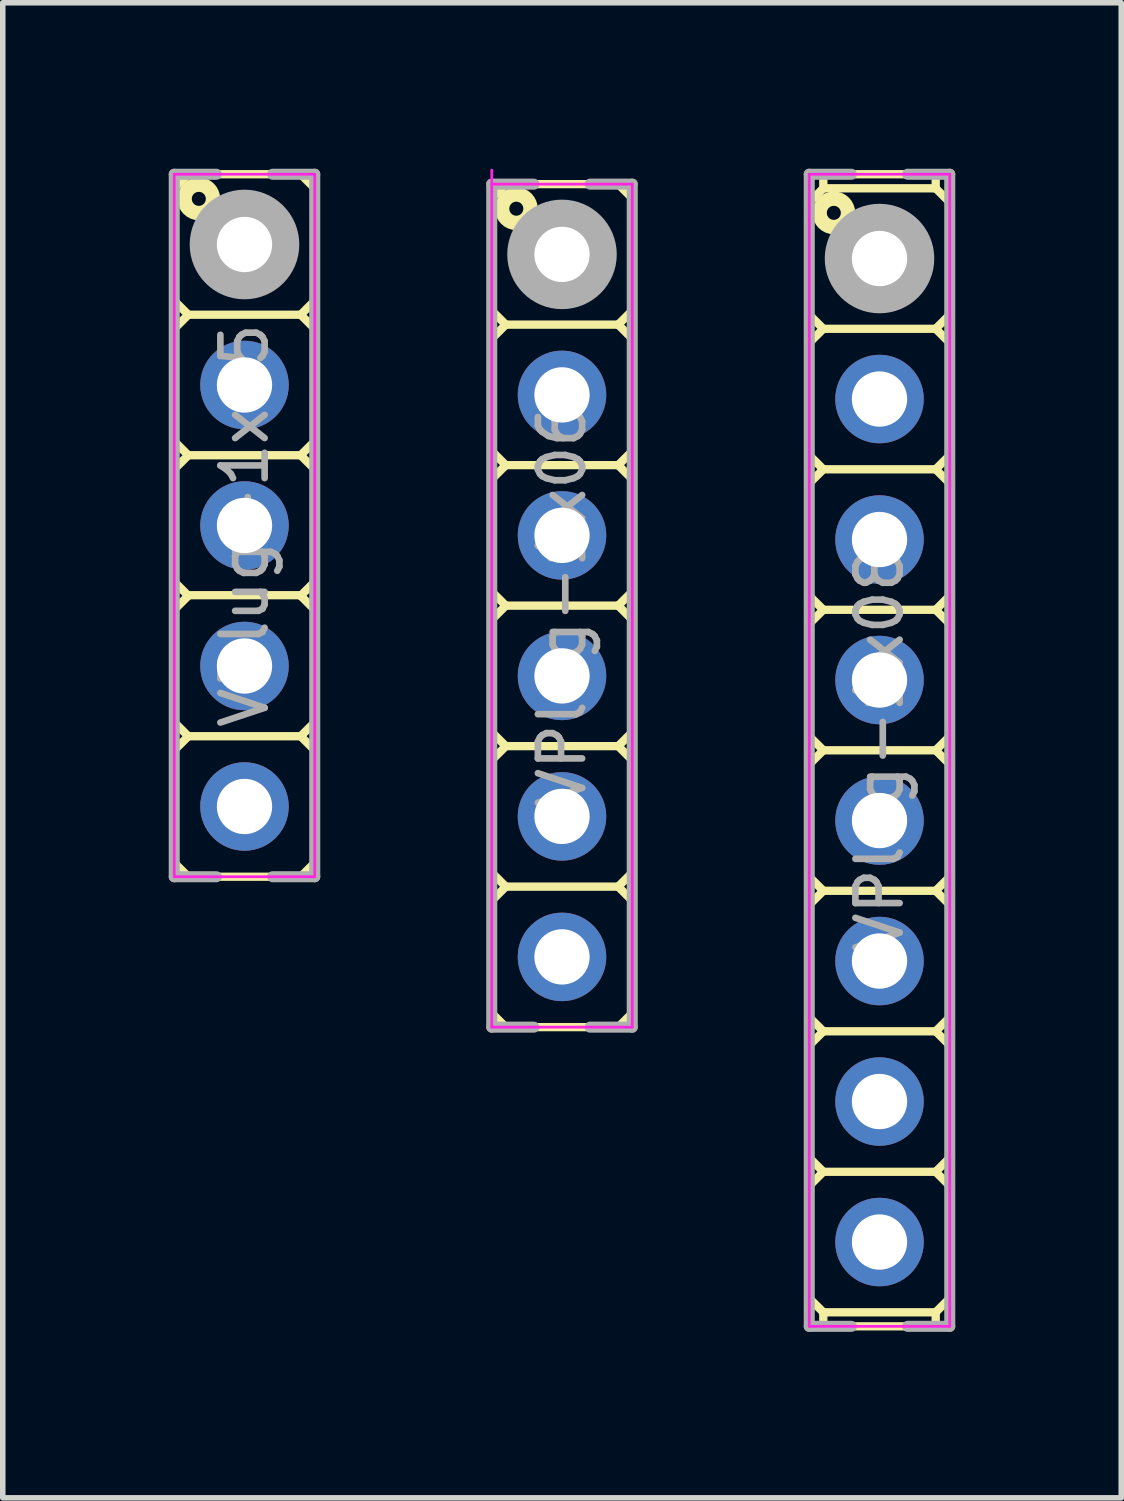
<source format=kicad_pcb>
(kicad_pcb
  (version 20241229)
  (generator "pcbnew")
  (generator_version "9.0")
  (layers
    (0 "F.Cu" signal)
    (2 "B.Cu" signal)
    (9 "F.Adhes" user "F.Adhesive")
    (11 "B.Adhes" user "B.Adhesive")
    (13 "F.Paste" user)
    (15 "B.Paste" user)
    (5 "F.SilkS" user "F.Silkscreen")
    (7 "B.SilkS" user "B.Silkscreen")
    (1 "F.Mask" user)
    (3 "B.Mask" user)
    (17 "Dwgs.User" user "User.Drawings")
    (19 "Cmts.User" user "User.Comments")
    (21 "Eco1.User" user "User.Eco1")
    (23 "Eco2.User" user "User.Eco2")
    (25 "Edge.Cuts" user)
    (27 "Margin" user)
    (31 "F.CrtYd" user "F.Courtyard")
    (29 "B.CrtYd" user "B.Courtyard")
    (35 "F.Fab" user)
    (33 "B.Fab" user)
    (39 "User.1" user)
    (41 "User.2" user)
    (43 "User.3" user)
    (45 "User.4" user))
  (footprint "VPlug-1x08"
    (layer "F.Cu")
    (at 12.85 10.514)
    (property "Reference" "VPlug-1x08" (at 0 0 270) (layer "F.Fab") (effects (font (size 0.8 0.8) (thickness 0.12))))
    (attr through_hole)
    (fp_line (start -1.27 -9.906) (end -1.27 -7.874) (stroke (width 0.15) (type solid)) (layer "F.SilkS"))
    (fp_line (start -1.27 -9.906) (end -1.016 -10.16) (stroke (width 0.15) (type solid)) (layer "F.SilkS"))
    (fp_line (start -1.27 -7.874) (end -1.016 -7.62) (stroke (width 0.15) (type solid)) (layer "F.SilkS"))
    (fp_line (start -1.27 -7.366) (end -1.27 -5.334) (stroke (width 0.15) (type solid)) (layer "F.SilkS"))
    (fp_line (start -1.27 -5.334) (end -1.016 -5.08) (stroke (width 0.15) (type solid)) (layer "F.SilkS"))
    (fp_line (start -1.27 -4.826) (end -1.27 -2.794) (stroke (width 0.15) (type solid)) (layer "F.SilkS"))
    (fp_line (start -1.27 -2.794) (end -1.016 -2.54) (stroke (width 0.15) (type solid)) (layer "F.SilkS"))
    (fp_line (start -1.27 -2.286) (end -1.27 -0.254) (stroke (width 0.15) (type solid)) (layer "F.SilkS"))
    (fp_line (start -1.27 -0.254) (end -1.016 0) (stroke (width 0.15) (type solid)) (layer "F.SilkS"))
    (fp_line (start -1.27 0.254) (end -1.27 2.286) (stroke (width 0.15) (type solid)) (layer "F.SilkS"))
    (fp_line (start -1.27 2.286) (end -1.016 2.54) (stroke (width 0.15) (type solid)) (layer "F.SilkS"))
    (fp_line (start -1.27 2.794) (end -1.27 4.826) (stroke (width 0.15) (type solid)) (layer "F.SilkS"))
    (fp_line (start -1.27 4.826) (end -1.016 5.08) (stroke (width 0.15) (type solid)) (layer "F.SilkS"))
    (fp_line (start -1.27 5.334) (end -1.27 7.366) (stroke (width 0.15) (type solid)) (layer "F.SilkS"))
    (fp_line (start -1.27 7.366) (end -1.016 7.62) (stroke (width 0.15) (type solid)) (layer "F.SilkS"))
    (fp_line (start -1.27 7.874) (end -1.27 9.906) (stroke (width 0.15) (type solid)) (layer "F.SilkS"))
    (fp_line (start -1.27 9.906) (end -1.016 10.16) (stroke (width 0.15) (type solid)) (layer "F.SilkS"))
    (fp_line (start -1.016 -10.414) (end 1.016 -10.414) (stroke (width 0.15) (type solid)) (layer "F.SilkS"))
    (fp_line (start -1.016 -10.16) (end -1.016 -10.414) (stroke (width 0.15) (type solid)) (layer "F.SilkS"))
    (fp_line (start -1.016 -10.16) (end 1.016 -10.16) (stroke (width 0.15) (type solid)) (layer "F.SilkS"))
    (fp_line (start -1.016 -7.62) (end -1.27 -7.366) (stroke (width 0.15) (type solid)) (layer "F.SilkS"))
    (fp_line (start -1.016 -5.08) (end -1.27 -4.826) (stroke (width 0.15) (type solid)) (layer "F.SilkS"))
    (fp_line (start -1.016 -5.08) (end 1.016 -5.08) (stroke (width 0.15) (type solid)) (layer "F.SilkS"))
    (fp_line (start -1.016 -2.54) (end -1.27 -2.286) (stroke (width 0.15) (type solid)) (layer "F.SilkS"))
    (fp_line (start -1.016 0) (end -1.27 0.254) (stroke (width 0.15) (type solid)) (layer "F.SilkS"))
    (fp_line (start -1.016 2.54) (end -1.27 2.794) (stroke (width 0.15) (type solid)) (layer "F.SilkS"))
    (fp_line (start -1.016 5.08) (end -1.27 5.334) (stroke (width 0.15) (type solid)) (layer "F.SilkS"))
    (fp_line (start -1.016 7.62) (end -1.27 7.874) (stroke (width 0.15) (type solid)) (layer "F.SilkS"))
    (fp_line (start -1.016 10.16) (end -1.016 10.414) (stroke (width 0.15) (type solid)) (layer "F.SilkS"))
    (fp_line (start -1.016 10.16) (end 1.016 10.16) (stroke (width 0.15) (type solid)) (layer "F.SilkS"))
    (fp_line (start -1.016 10.414) (end 1.016 10.414) (stroke (width 0.15) (type solid)) (layer "F.SilkS"))
    (fp_line (start 1.016 -10.414) (end 1.016 -10.16) (stroke (width 0.15) (type solid)) (layer "F.SilkS"))
    (fp_line (start 1.016 -10.16) (end 1.27 -9.906) (stroke (width 0.15) (type solid)) (layer "F.SilkS"))
    (fp_line (start 1.016 -7.62) (end -1.016 -7.62) (stroke (width 0.15) (type solid)) (layer "F.SilkS"))
    (fp_line (start 1.016 -5.08) (end 1.27 -5.334) (stroke (width 0.15) (type solid)) (layer "F.SilkS"))
    (fp_line (start 1.016 -2.54) (end -1.016 -2.54) (stroke (width 0.15) (type solid)) (layer "F.SilkS"))
    (fp_line (start 1.016 -2.54) (end 1.27 -2.794) (stroke (width 0.15) (type solid)) (layer "F.SilkS"))
    (fp_line (start 1.016 0) (end -1.016 0) (stroke (width 0.15) (type solid)) (layer "F.SilkS"))
    (fp_line (start 1.016 0) (end 1.27 -0.254) (stroke (width 0.15) (type solid)) (layer "F.SilkS"))
    (fp_line (start 1.016 2.54) (end -1.016 2.54) (stroke (width 0.15) (type solid)) (layer "F.SilkS"))
    (fp_line (start 1.016 2.54) (end 1.27 2.286) (stroke (width 0.15) (type solid)) (layer "F.SilkS"))
    (fp_line (start 1.016 5.08) (end -1.016 5.08) (stroke (width 0.15) (type solid)) (layer "F.SilkS"))
    (fp_line (start 1.016 5.08) (end 1.27 4.826) (stroke (width 0.15) (type solid)) (layer "F.SilkS"))
    (fp_line (start 1.016 7.62) (end -1.016 7.62) (stroke (width 0.15) (type solid)) (layer "F.SilkS"))
    (fp_line (start 1.016 7.62) (end 1.27 7.366) (stroke (width 0.15) (type solid)) (layer "F.SilkS"))
    (fp_line (start 1.016 10.16) (end 1.27 9.906) (stroke (width 0.15) (type solid)) (layer "F.SilkS"))
    (fp_line (start 1.016 10.414) (end 1.016 10.16) (stroke (width 0.15) (type solid)) (layer "F.SilkS"))
    (fp_line (start 1.27 -9.906) (end 1.27 -7.874) (stroke (width 0.15) (type solid)) (layer "F.SilkS"))
    (fp_line (start 1.27 -7.874) (end 1.016 -7.62) (stroke (width 0.15) (type solid)) (layer "F.SilkS"))
    (fp_line (start 1.27 -7.366) (end 1.016 -7.62) (stroke (width 0.15) (type solid)) (layer "F.SilkS"))
    (fp_line (start 1.27 -5.334) (end 1.27 -7.366) (stroke (width 0.15) (type solid)) (layer "F.SilkS"))
    (fp_line (start 1.27 -4.826) (end 1.016 -5.08) (stroke (width 0.15) (type solid)) (layer "F.SilkS"))
    (fp_line (start 1.27 -2.794) (end 1.27 -4.826) (stroke (width 0.15) (type solid)) (layer "F.SilkS"))
    (fp_line (start 1.27 -2.286) (end 1.016 -2.54) (stroke (width 0.15) (type solid)) (layer "F.SilkS"))
    (fp_line (start 1.27 -0.254) (end 1.27 -2.286) (stroke (width 0.15) (type solid)) (layer "F.SilkS"))
    (fp_line (start 1.27 0.254) (end 1.016 0) (stroke (width 0.15) (type solid)) (layer "F.SilkS"))
    (fp_line (start 1.27 2.286) (end 1.27 0.254) (stroke (width 0.15) (type solid)) (layer "F.SilkS"))
    (fp_line (start 1.27 2.794) (end 1.016 2.54) (stroke (width 0.15) (type solid)) (layer "F.SilkS"))
    (fp_line (start 1.27 4.826) (end 1.27 2.794) (stroke (width 0.15) (type solid)) (layer "F.SilkS"))
    (fp_line (start 1.27 5.334) (end 1.016 5.08) (stroke (width 0.15) (type solid)) (layer "F.SilkS"))
    (fp_line (start 1.27 7.366) (end 1.27 5.334) (stroke (width 0.15) (type solid)) (layer "F.SilkS"))
    (fp_line (start 1.27 7.874) (end 1.016 7.62) (stroke (width 0.15) (type solid)) (layer "F.SilkS"))
    (fp_line (start 1.27 9.906) (end 1.27 7.874) (stroke (width 0.15) (type solid)) (layer "F.SilkS"))
    (fp_circle (center -0.826 -9.716) (end -0.699 -9.716) (stroke (width 0.26) (type solid)) (fill no) (layer "F.SilkS"))
    (fp_line (start -1.27 -10.414) (end 1.27 -10.414) (stroke (width 0.05) (type solid)) (layer "F.CrtYd"))
    (fp_line (start -1.27 10.414) (end -1.27 -10.414) (stroke (width 0.05) (type solid)) (layer "F.CrtYd"))
    (fp_line (start 1.27 -10.414) (end 1.27 10.414) (stroke (width 0.05) (type solid)) (layer "F.CrtYd"))
    (fp_line (start 1.27 10.414) (end -1.27 10.414) (stroke (width 0.05) (type solid)) (layer "F.CrtYd"))
    (fp_line (start -1.27 -10.414) (end -1.27 10.414) (stroke (width 0.2) (type solid)) (layer "F.Fab"))
    (fp_line (start -0.508 -10.414) (end -1.27 -10.414) (stroke (width 0.2) (type solid)) (layer "F.Fab"))
    (fp_line (start -0.508 10.414) (end -1.27 10.414) (stroke (width 0.2) (type solid)) (layer "F.Fab"))
    (fp_line (start 1.27 -10.414) (end 0.508 -10.414) (stroke (width 0.2) (type solid)) (layer "F.Fab"))
    (fp_line (start 1.27 10.414) (end 0.508 10.414) (stroke (width 0.2) (type solid)) (layer "F.Fab"))
    (fp_line (start 1.27 10.414) (end 1.27 -10.414) (stroke (width 0.2) (type solid)) (layer "F.Fab"))
    (fp_circle (center 0 -8.89) (end 0 -8.7) (stroke (width 0.8) (type solid)) (fill no) (layer "F.Fab"))
    (pad "1" thru_hole circle (at 0 -8.89) (size 1.6 1.6) (drill 1) (layers "*.Cu" "*.Mask"))
    (pad "2" thru_hole circle (at 0 -6.35) (size 1.6 1.6) (drill 1) (layers "*.Cu" "*.Mask"))
    (pad "3" thru_hole circle (at 0 -3.81) (size 1.6 1.6) (drill 1) (layers "*.Cu" "*.Mask"))
    (pad "4" thru_hole circle (at 0 -1.27) (size 1.6 1.6) (drill 1) (layers "*.Cu" "*.Mask"))
    (pad "5" thru_hole circle (at 0 1.27) (size 1.6 1.6) (drill 1) (layers "*.Cu" "*.Mask"))
    (pad "6" thru_hole circle (at 0 3.81) (size 1.6 1.6) (drill 1) (layers "*.Cu" "*.Mask"))
    (pad "7" thru_hole circle (at 0 6.35) (size 1.6 1.6) (drill 1) (layers "*.Cu" "*.Mask"))
    (pad "8" thru_hole circle (at 0 8.89) (size 1.6 1.6) (drill 1) (layers "*.Cu" "*.Mask")))
  (footprint "VPlug-1x05"
    (layer "F.Cu")
    (at 1.37 6.45)
    (property "Reference" "VPlug-1x05" (at 0 0 270) (layer "F.Fab") (effects (font (size 0.8 0.8) (thickness 0.12))))
    (attr through_hole)
    (fp_line (start -1.27 -6.096) (end -1.27 -4.064) (stroke (width 0.15) (type solid)) (layer "F.SilkS"))
    (fp_line (start -1.27 -6.096) (end -1.016 -6.35) (stroke (width 0.15) (type solid)) (layer "F.SilkS"))
    (fp_line (start -1.27 -4.064) (end -1.016 -3.81) (stroke (width 0.15) (type solid)) (layer "F.SilkS"))
    (fp_line (start -1.27 -3.556) (end -1.27 -1.524) (stroke (width 0.15) (type solid)) (layer "F.SilkS"))
    (fp_line (start -1.27 -1.524) (end -1.016 -1.27) (stroke (width 0.15) (type solid)) (layer "F.SilkS"))
    (fp_line (start -1.27 -1.016) (end -1.27 1.016) (stroke (width 0.15) (type solid)) (layer "F.SilkS"))
    (fp_line (start -1.27 1.016) (end -1.016 1.27) (stroke (width 0.15) (type solid)) (layer "F.SilkS"))
    (fp_line (start -1.27 1.524) (end -1.27 3.556) (stroke (width 0.15) (type solid)) (layer "F.SilkS"))
    (fp_line (start -1.27 3.556) (end -1.016 3.81) (stroke (width 0.15) (type solid)) (layer "F.SilkS"))
    (fp_line (start -1.27 4.064) (end -1.27 6.096) (stroke (width 0.15) (type solid)) (layer "F.SilkS"))
    (fp_line (start -1.27 6.096) (end -1.016 6.35) (stroke (width 0.15) (type solid)) (layer "F.SilkS"))
    (fp_line (start -1.016 -6.35) (end 1.016 -6.35) (stroke (width 0.15) (type solid)) (layer "F.SilkS"))
    (fp_line (start -1.016 -3.81) (end -1.27 -3.556) (stroke (width 0.15) (type solid)) (layer "F.SilkS"))
    (fp_line (start -1.016 -1.27) (end -1.27 -1.016) (stroke (width 0.15) (type solid)) (layer "F.SilkS"))
    (fp_line (start -1.016 -1.27) (end 1.016 -1.27) (stroke (width 0.15) (type solid)) (layer "F.SilkS"))
    (fp_line (start -1.016 1.27) (end -1.27 1.524) (stroke (width 0.15) (type solid)) (layer "F.SilkS"))
    (fp_line (start -1.016 3.81) (end -1.27 4.064) (stroke (width 0.15) (type solid)) (layer "F.SilkS"))
    (fp_line (start 1.016 -6.35) (end 1.27 -6.096) (stroke (width 0.15) (type solid)) (layer "F.SilkS"))
    (fp_line (start 1.016 -3.81) (end -1.016 -3.81) (stroke (width 0.15) (type solid)) (layer "F.SilkS"))
    (fp_line (start 1.016 -1.27) (end 1.27 -1.524) (stroke (width 0.15) (type solid)) (layer "F.SilkS"))
    (fp_line (start 1.016 1.26) (end -1.016 1.26) (stroke (width 0.15) (type solid)) (layer "F.SilkS"))
    (fp_line (start 1.016 1.27) (end 1.27 1.016) (stroke (width 0.15) (type solid)) (layer "F.SilkS"))
    (fp_line (start 1.016 3.81) (end -1.016 3.81) (stroke (width 0.15) (type solid)) (layer "F.SilkS"))
    (fp_line (start 1.016 3.81) (end 1.27 3.556) (stroke (width 0.15) (type solid)) (layer "F.SilkS"))
    (fp_line (start 1.016 6.35) (end -1.016 6.35) (stroke (width 0.15) (type solid)) (layer "F.SilkS"))
    (fp_line (start 1.016 6.35) (end 1.27 6.096) (stroke (width 0.15) (type solid)) (layer "F.SilkS"))
    (fp_line (start 1.27 -6.096) (end 1.27 -4.064) (stroke (width 0.15) (type solid)) (layer "F.SilkS"))
    (fp_line (start 1.27 -4.064) (end 1.016 -3.81) (stroke (width 0.15) (type solid)) (layer "F.SilkS"))
    (fp_line (start 1.27 -3.556) (end 1.016 -3.81) (stroke (width 0.15) (type solid)) (layer "F.SilkS"))
    (fp_line (start 1.27 -1.524) (end 1.27 -3.556) (stroke (width 0.15) (type solid)) (layer "F.SilkS"))
    (fp_line (start 1.27 -1.016) (end 1.016 -1.27) (stroke (width 0.15) (type solid)) (layer "F.SilkS"))
    (fp_line (start 1.27 1.016) (end 1.27 -1.016) (stroke (width 0.15) (type solid)) (layer "F.SilkS"))
    (fp_line (start 1.27 1.524) (end 1.016 1.27) (stroke (width 0.15) (type solid)) (layer "F.SilkS"))
    (fp_line (start 1.27 3.556) (end 1.27 1.524) (stroke (width 0.15) (type solid)) (layer "F.SilkS"))
    (fp_line (start 1.27 4.064) (end 1.016 3.81) (stroke (width 0.15) (type solid)) (layer "F.SilkS"))
    (fp_line (start 1.27 6.096) (end 1.27 4.064) (stroke (width 0.15) (type solid)) (layer "F.SilkS"))
    (fp_circle (center -0.826 -5.905) (end -0.699 -5.905) (stroke (width 0.26) (type solid)) (fill no) (layer "F.SilkS"))
    (fp_line (start -1.27 -6.35) (end 1.27 -6.35) (stroke (width 0.05) (type solid)) (layer "F.CrtYd"))
    (fp_line (start -1.27 6.35) (end -1.27 -6.35) (stroke (width 0.05) (type solid)) (layer "F.CrtYd"))
    (fp_line (start 1.27 -6.35) (end 1.27 6.35) (stroke (width 0.05) (type solid)) (layer "F.CrtYd"))
    (fp_line (start 1.27 6.35) (end -1.27 6.35) (stroke (width 0.05) (type solid)) (layer "F.CrtYd"))
    (fp_line (start -1.27 -6.35) (end -1.27 6.35) (stroke (width 0.2) (type solid)) (layer "F.Fab"))
    (fp_line (start -0.508 -6.35) (end -1.27 -6.35) (stroke (width 0.2) (type solid)) (layer "F.Fab"))
    (fp_line (start -0.508 6.35) (end -1.27 6.35) (stroke (width 0.2) (type solid)) (layer "F.Fab"))
    (fp_line (start 1.27 -6.35) (end 0.508 -6.35) (stroke (width 0.2) (type solid)) (layer "F.Fab"))
    (fp_line (start 1.27 6.35) (end 0.508 6.35) (stroke (width 0.2) (type solid)) (layer "F.Fab"))
    (fp_line (start 1.27 6.35) (end 1.27 -6.35) (stroke (width 0.2) (type solid)) (layer "F.Fab"))
    (fp_circle (center 0 -5.08) (end 0 -4.889) (stroke (width 0.8) (type solid)) (fill no) (layer "F.Fab"))
    (pad "1" thru_hole circle (at 0 -5.08) (size 1.6 1.6) (drill 1) (layers "*.Cu" "*.Mask"))
    (pad "2" thru_hole circle (at 0 -2.54) (size 1.6 1.6) (drill 1) (layers "*.Cu" "*.Mask"))
    (pad "3" thru_hole circle (at 0 0) (size 1.6 1.6) (drill 1) (layers "*.Cu" "*.Mask"))
    (pad "4" thru_hole circle (at 0 2.54) (size 1.6 1.6) (drill 1) (layers "*.Cu" "*.Mask"))
    (pad "5" thru_hole circle (at 0 5.08) (size 1.6 1.6) (drill 1) (layers "*.Cu" "*.Mask")))
  (footprint "VPlug-1x06"
    (layer "F.Cu")
    (at 7.11 7.899)
    (property "Reference" "VPlug-1x06" (at 0 0 270) (layer "F.Fab") (effects (font (size 0.8 0.8) (thickness 0.12))))
    (attr through_hole)
    (fp_line (start -1.27 -7.366) (end -1.27 -5.334) (stroke (width 0.15) (type solid)) (layer "F.SilkS"))
    (fp_line (start -1.27 -7.366) (end -1.016 -7.62) (stroke (width 0.15) (type solid)) (layer "F.SilkS"))
    (fp_line (start -1.27 -5.334) (end -1.016 -5.08) (stroke (width 0.15) (type solid)) (layer "F.SilkS"))
    (fp_line (start -1.27 -4.826) (end -1.27 -2.794) (stroke (width 0.15) (type solid)) (layer "F.SilkS"))
    (fp_line (start -1.27 -2.794) (end -1.016 -2.54) (stroke (width 0.15) (type solid)) (layer "F.SilkS"))
    (fp_line (start -1.27 -2.286) (end -1.27 -0.254) (stroke (width 0.15) (type solid)) (layer "F.SilkS"))
    (fp_line (start -1.27 -0.254) (end -1.016 0) (stroke (width 0.15) (type solid)) (layer "F.SilkS"))
    (fp_line (start -1.27 0.254) (end -1.27 2.286) (stroke (width 0.15) (type solid)) (layer "F.SilkS"))
    (fp_line (start -1.27 2.286) (end -1.016 2.54) (stroke (width 0.15) (type solid)) (layer "F.SilkS"))
    (fp_line (start -1.27 2.794) (end -1.27 4.826) (stroke (width 0.15) (type solid)) (layer "F.SilkS"))
    (fp_line (start -1.27 4.826) (end -1.016 5.08) (stroke (width 0.15) (type solid)) (layer "F.SilkS"))
    (fp_line (start -1.27 5.334) (end -1.27 7.366) (stroke (width 0.15) (type solid)) (layer "F.SilkS"))
    (fp_line (start -1.27 7.366) (end -1.016 7.62) (stroke (width 0.15) (type solid)) (layer "F.SilkS"))
    (fp_line (start -1.016 -7.62) (end 1.016 -7.62) (stroke (width 0.15) (type solid)) (layer "F.SilkS"))
    (fp_line (start -1.016 -5.08) (end -1.27 -4.826) (stroke (width 0.15) (type solid)) (layer "F.SilkS"))
    (fp_line (start -1.016 -2.54) (end -1.27 -2.286) (stroke (width 0.15) (type solid)) (layer "F.SilkS"))
    (fp_line (start -1.016 -2.54) (end 1.016 -2.54) (stroke (width 0.15) (type solid)) (layer "F.SilkS"))
    (fp_line (start -1.016 0) (end -1.27 0.254) (stroke (width 0.15) (type solid)) (layer "F.SilkS"))
    (fp_line (start -1.016 2.54) (end -1.27 2.794) (stroke (width 0.15) (type solid)) (layer "F.SilkS"))
    (fp_line (start -1.016 5.08) (end -1.27 5.334) (stroke (width 0.15) (type solid)) (layer "F.SilkS"))
    (fp_line (start -1.016 7.62) (end 1.016 7.62) (stroke (width 0.15) (type solid)) (layer "F.SilkS"))
    (fp_line (start 1.016 -7.62) (end 1.27 -7.366) (stroke (width 0.15) (type solid)) (layer "F.SilkS"))
    (fp_line (start 1.016 -5.08) (end -1.016 -5.08) (stroke (width 0.15) (type solid)) (layer "F.SilkS"))
    (fp_line (start 1.016 -2.54) (end 1.27 -2.794) (stroke (width 0.15) (type solid)) (layer "F.SilkS"))
    (fp_line (start 1.016 0) (end -1.016 0) (stroke (width 0.15) (type solid)) (layer "F.SilkS"))
    (fp_line (start 1.016 0) (end 1.27 -0.254) (stroke (width 0.15) (type solid)) (layer "F.SilkS"))
    (fp_line (start 1.016 2.54) (end -1.016 2.54) (stroke (width 0.15) (type solid)) (layer "F.SilkS"))
    (fp_line (start 1.016 2.54) (end 1.27 2.286) (stroke (width 0.15) (type solid)) (layer "F.SilkS"))
    (fp_line (start 1.016 5.08) (end -1.016 5.08) (stroke (width 0.15) (type solid)) (layer "F.SilkS"))
    (fp_line (start 1.016 5.08) (end 1.27 4.826) (stroke (width 0.15) (type solid)) (layer "F.SilkS"))
    (fp_line (start 1.016 7.62) (end 1.27 7.366) (stroke (width 0.15) (type solid)) (layer "F.SilkS"))
    (fp_line (start 1.27 -7.366) (end 1.27 -5.334) (stroke (width 0.15) (type solid)) (layer "F.SilkS"))
    (fp_line (start 1.27 -5.334) (end 1.016 -5.08) (stroke (width 0.15) (type solid)) (layer "F.SilkS"))
    (fp_line (start 1.27 -4.826) (end 1.016 -5.08) (stroke (width 0.15) (type solid)) (layer "F.SilkS"))
    (fp_line (start 1.27 -2.794) (end 1.27 -4.826) (stroke (width 0.15) (type solid)) (layer "F.SilkS"))
    (fp_line (start 1.27 -2.286) (end 1.016 -2.54) (stroke (width 0.15) (type solid)) (layer "F.SilkS"))
    (fp_line (start 1.27 -0.254) (end 1.27 -2.286) (stroke (width 0.15) (type solid)) (layer "F.SilkS"))
    (fp_line (start 1.27 0.254) (end 1.016 0) (stroke (width 0.15) (type solid)) (layer "F.SilkS"))
    (fp_line (start 1.27 2.286) (end 1.27 0.254) (stroke (width 0.15) (type solid)) (layer "F.SilkS"))
    (fp_line (start 1.27 2.794) (end 1.016 2.54) (stroke (width 0.15) (type solid)) (layer "F.SilkS"))
    (fp_line (start 1.27 4.826) (end 1.27 2.794) (stroke (width 0.15) (type solid)) (layer "F.SilkS"))
    (fp_line (start 1.27 5.334) (end 1.016 5.08) (stroke (width 0.15) (type solid)) (layer "F.SilkS"))
    (fp_line (start 1.27 7.366) (end 1.27 5.334) (stroke (width 0.15) (type solid)) (layer "F.SilkS"))
    (fp_circle (center -0.826 -7.176) (end -0.699 -7.176) (stroke (width 0.26) (type solid)) (fill no) (layer "F.SilkS"))
    (fp_line (start -1.27 -7.62) (end 1.27 -7.62) (stroke (width 0.05) (type solid)) (layer "F.CrtYd"))
    (fp_line (start -1.27 7.62) (end -1.27 -7.874) (stroke (width 0.05) (type solid)) (layer "F.CrtYd"))
    (fp_line (start 1.27 -7.62) (end 1.27 7.62) (stroke (width 0.05) (type solid)) (layer "F.CrtYd"))
    (fp_line (start 1.27 7.62) (end -1.27 7.62) (stroke (width 0.05) (type solid)) (layer "F.CrtYd"))
    (fp_line (start -1.27 -7.62) (end -1.27 7.62) (stroke (width 0.2) (type solid)) (layer "F.Fab"))
    (fp_line (start -0.508 -7.62) (end -1.27 -7.62) (stroke (width 0.2) (type solid)) (layer "F.Fab"))
    (fp_line (start -0.508 7.62) (end -1.27 7.62) (stroke (width 0.2) (type solid)) (layer "F.Fab"))
    (fp_line (start 1.27 -7.62) (end 0.508 -7.62) (stroke (width 0.2) (type solid)) (layer "F.Fab"))
    (fp_line (start 1.27 7.62) (end 0.508 7.62) (stroke (width 0.2) (type solid)) (layer "F.Fab"))
    (fp_line (start 1.27 7.62) (end 1.27 -7.62) (stroke (width 0.2) (type solid)) (layer "F.Fab"))
    (fp_circle (center 0 -6.35) (end 0 -6.16) (stroke (width 0.8) (type solid)) (fill no) (layer "F.Fab"))
    (pad "1" thru_hole circle (at 0 -6.35) (size 1.6 1.6) (drill 1) (layers "*.Cu" "*.Mask"))
    (pad "2" thru_hole circle (at 0 -3.81) (size 1.6 1.6) (drill 1) (layers "*.Cu" "*.Mask"))
    (pad "3" thru_hole circle (at 0 -1.27) (size 1.6 1.6) (drill 1) (layers "*.Cu" "*.Mask"))
    (pad "4" thru_hole circle (at 0 1.27) (size 1.6 1.6) (drill 1) (layers "*.Cu" "*.Mask"))
    (pad "5" thru_hole circle (at 0 3.81) (size 1.6 1.6) (drill 1) (layers "*.Cu" "*.Mask"))
    (pad "6" thru_hole circle (at 0 6.35) (size 1.6 1.6) (drill 1) (layers "*.Cu" "*.Mask")))
  (gr_rect
    (start -3 -3)
    (end 17.22 24.028)
    (stroke (width 0.1) (type default))
    (fill no)
    (layer "Edge.Cuts")))
</source>
